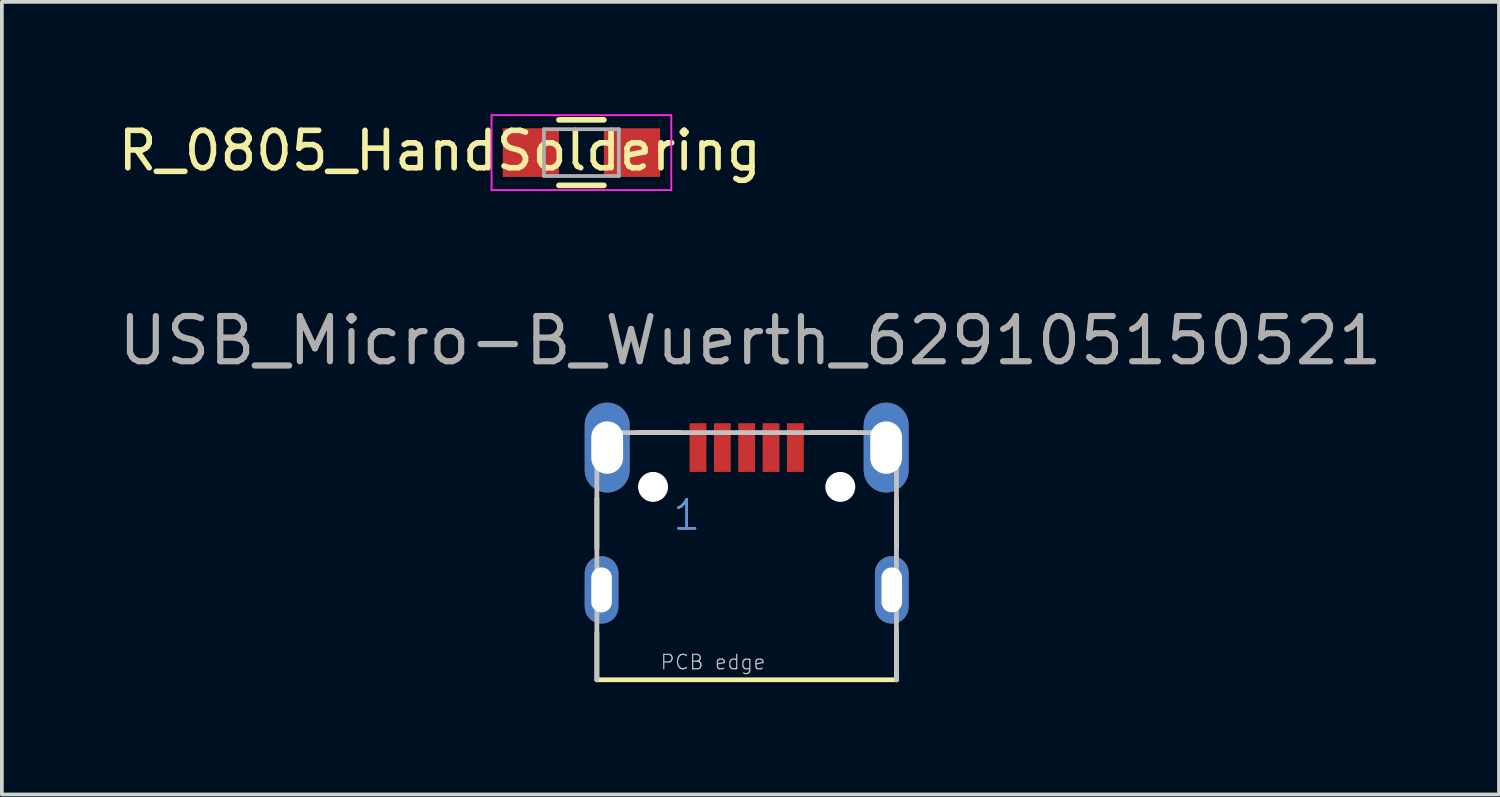
<source format=kicad_pcb>
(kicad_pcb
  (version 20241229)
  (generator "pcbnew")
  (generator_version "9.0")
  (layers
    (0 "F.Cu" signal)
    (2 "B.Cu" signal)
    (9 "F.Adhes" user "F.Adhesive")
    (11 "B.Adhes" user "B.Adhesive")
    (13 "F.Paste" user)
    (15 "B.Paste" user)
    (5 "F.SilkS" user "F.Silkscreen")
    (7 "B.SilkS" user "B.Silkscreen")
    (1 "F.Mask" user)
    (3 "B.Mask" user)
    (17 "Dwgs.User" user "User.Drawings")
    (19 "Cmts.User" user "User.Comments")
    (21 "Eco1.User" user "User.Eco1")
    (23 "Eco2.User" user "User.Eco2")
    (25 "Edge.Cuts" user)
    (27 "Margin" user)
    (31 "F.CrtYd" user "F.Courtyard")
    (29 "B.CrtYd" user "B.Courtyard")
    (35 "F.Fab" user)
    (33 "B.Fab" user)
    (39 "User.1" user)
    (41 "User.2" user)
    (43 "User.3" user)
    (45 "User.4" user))
  (footprint "R_0805_HandSoldering"
    (layer "F.Cu")
    (at 12.476 1.025)
    (property "Reference" "R_0805_HandSoldering" (at -3.78 -0.05 0) (layer "F.SilkS") (effects (font (size 1 1) (thickness 0.15))))
    (attr smd)
    (fp_line (start -0.6 -0.875) (end 0.6 -0.875) (stroke (width 0.15) (type solid)) (layer "F.SilkS"))
    (fp_line (start 0.6 0.875) (end -0.6 0.875) (stroke (width 0.15) (type solid)) (layer "F.SilkS"))
    (fp_line (start -2.4 -1) (end -2.4 1) (stroke (width 0.05) (type solid)) (layer "F.CrtYd"))
    (fp_line (start -2.4 -1) (end 2.4 -1) (stroke (width 0.05) (type solid)) (layer "F.CrtYd"))
    (fp_line (start -2.4 1) (end 2.4 1) (stroke (width 0.05) (type solid)) (layer "F.CrtYd"))
    (fp_line (start 2.4 -1) (end 2.4 1) (stroke (width 0.05) (type solid)) (layer "F.CrtYd"))
    (fp_line (start -1 -0.625) (end 1 -0.625) (stroke (width 0.1) (type solid)) (layer "F.Fab"))
    (fp_line (start -1 0.625) (end -1 -0.625) (stroke (width 0.1) (type solid)) (layer "F.Fab"))
    (fp_line (start 1 -0.625) (end 1 0.625) (stroke (width 0.1) (type solid)) (layer "F.Fab"))
    (fp_line (start 1 0.625) (end -1 0.625) (stroke (width 0.1) (type solid)) (layer "F.Fab"))
    (pad "1" smd rect (at -1.35 0) (size 1.5 1.3) (layers "F.Cu" "F.Mask" "F.Paste"))
    (pad "2" smd rect (at 1.35 0) (size 1.5 1.3) (layers "F.Cu" "F.Mask" "F.Paste")))
  (footprint "USB_Micro-B_Wuerth_629105150521"
    (layer "F.Cu")
    (at 16.889 9.952)
    (property "Reference" "USB_Micro-B_Wuerth_629105150521" (at 0.1 -3.2 0) (layer "F.Fab") (effects (font (size 1.206 1.206) (thickness 0.165)) (justify bottom)))
    (attr through_hole)
    (fp_line (start -4 0.31) (end -4 1.64) (stroke (width 0.127) (type solid)) (layer "F.SilkS"))
    (fp_line (start -4 3.9) (end -4 5.15) (stroke (width 0.127) (type solid)) (layer "F.SilkS"))
    (fp_line (start -4 5.15) (end 4 5.15) (stroke (width 0.127) (type solid)) (layer "F.SilkS"))
    (fp_line (start -2.92 -1.45) (end -1.77 -1.45) (stroke (width 0.127) (type solid)) (layer "F.SilkS"))
    (fp_line (start 1.71 -1.45) (end 2.93 -1.45) (stroke (width 0.127) (type solid)) (layer "F.SilkS"))
    (fp_line (start 4 0.32) (end 4 1.65) (stroke (width 0.127) (type solid)) (layer "F.SilkS"))
    (fp_line (start 4 3.85) (end 4 5.15) (stroke (width 0.127) (type solid)) (layer "F.SilkS"))
    (fp_line (start -4 -1.45) (end 4 -1.45) (stroke (width 0.127) (type solid)) (layer "Dwgs.User"))
    (fp_line (start -4 5.15) (end -4 -1.45) (stroke (width 0.127) (type solid)) (layer "Dwgs.User"))
    (fp_line (start 4 5.15) (end 4 -1.45) (stroke (width 0.127) (type solid)) (layer "Dwgs.User"))
    (fp_text user "1" (at -1.6 0.75 0) (layer "F.SilkS") (effects (font (size 0.772 0.772) (thickness 0.065))))
    (fp_text user "PCB edge" (at -0.9 4.68 0) (layer "Dwgs.User") (effects (font (size 0.386 0.386) (thickness 0.033))))
    (fp_text user "1" (at -1.6 0.75 0) (layer "Cmts.User") (effects (font (size 0.772 0.772) (thickness 0.065))))
    (pad "" np_thru_hole circle (at -2.5 0) (size 0.8 0.8) (drill 0.8) (layers "*.Cu"))
    (pad "" np_thru_hole circle (at 2.5 0) (size 0.8 0.8) (drill 0.8) (layers "*.Cu"))
    (pad "1" smd rect (at -1.3 -1.05) (size 0.45 1.3) (layers "F.Cu" "F.Mask" "F.Paste"))
    (pad "2" smd rect (at -0.65 -1.05) (size 0.45 1.3) (layers "F.Cu" "F.Mask" "F.Paste"))
    (pad "3" smd rect (at 0 -1.05) (size 0.45 1.3) (layers "F.Cu" "F.Mask" "F.Paste"))
    (pad "4" smd rect (at 0.65 -1.05) (size 0.45 1.3) (layers "F.Cu" "F.Mask" "F.Paste"))
    (pad "5" smd rect (at 1.3 -1.05) (size 0.45 1.3) (layers "F.Cu" "F.Mask" "F.Paste"))
    (pad "SHELL" thru_hole oval (at -3.875 2.75 90) (size 1.8 0.9) (drill oval 1.2 0.55) (layers "*.Cu" "*.Mask"))
    (pad "SHELL" thru_hole oval (at -3.725 -1.05 90) (size 2.4 1.2) (drill oval 1.4 0.85) (layers "*.Cu" "*.Mask"))
    (pad "SHELL" thru_hole oval (at 3.725 -1.05 90) (size 2.4 1.2) (drill oval 1.4 0.85) (layers "*.Cu" "*.Mask"))
    (pad "SHELL" thru_hole oval (at 3.875 2.75 90) (size 1.8 0.9) (drill oval 1.2 0.55) (layers "*.Cu" "*.Mask")))
  (gr_rect
    (start -3 -3)
    (end 36.979 18.165)
    (stroke (width 0.1) (type default))
    (fill no)
    (layer "Edge.Cuts")))
</source>
